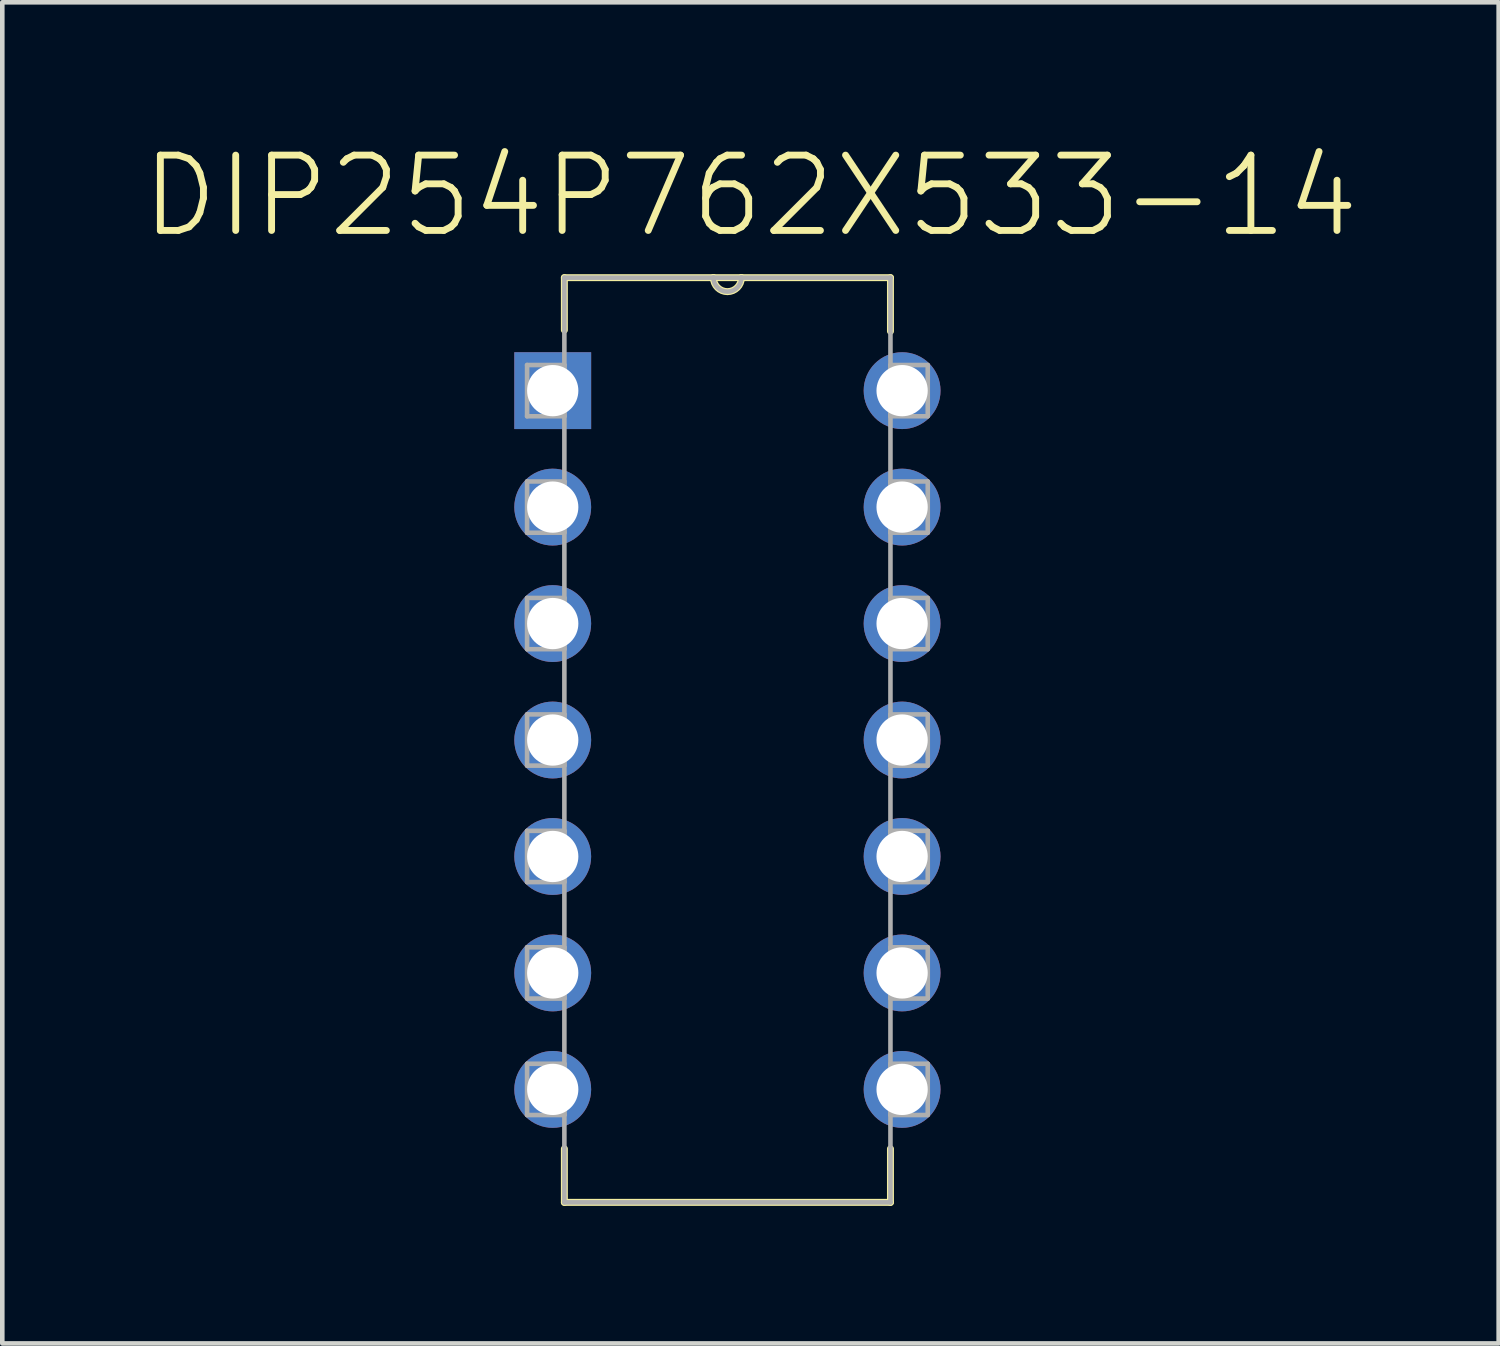
<source format=kicad_pcb>
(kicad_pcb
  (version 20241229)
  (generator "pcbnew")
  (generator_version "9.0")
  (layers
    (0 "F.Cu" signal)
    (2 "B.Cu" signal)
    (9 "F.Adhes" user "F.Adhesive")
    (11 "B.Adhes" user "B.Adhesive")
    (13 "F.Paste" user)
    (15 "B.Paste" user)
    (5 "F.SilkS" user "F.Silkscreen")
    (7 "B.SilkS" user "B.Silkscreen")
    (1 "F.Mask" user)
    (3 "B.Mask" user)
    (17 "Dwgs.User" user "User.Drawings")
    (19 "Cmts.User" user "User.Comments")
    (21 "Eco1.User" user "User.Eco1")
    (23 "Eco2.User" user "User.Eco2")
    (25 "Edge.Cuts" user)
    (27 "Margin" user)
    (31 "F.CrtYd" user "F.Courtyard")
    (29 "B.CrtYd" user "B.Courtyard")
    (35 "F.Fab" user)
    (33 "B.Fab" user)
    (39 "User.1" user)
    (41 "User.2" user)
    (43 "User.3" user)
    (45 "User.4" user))
  (footprint "DIP254P762X533-14"
    (layer "F.Cu")
    (at 16.625 20.71)
    (property "Reference" "DIP254P762X533-14" (at -3.307 -19.486 0) (layer "F.SilkS") (effects (font (size 1.643 1.643) (thickness 0.15))))
    (attr through_hole)
    (fp_line (start -7.366 -17.704) (end -7.366 -16.561) (stroke (width 0.152) (type solid)) (layer "F.SilkS"))
    (fp_line (start -7.366 1.295) (end -7.366 2.464) (stroke (width 0.152) (type solid)) (layer "F.SilkS"))
    (fp_line (start -7.366 2.464) (end -0.254 2.464) (stroke (width 0.152) (type solid)) (layer "F.SilkS"))
    (fp_line (start -4.115 -17.704) (end -7.366 -17.704) (stroke (width 0.152) (type solid)) (layer "F.SilkS"))
    (fp_line (start -3.505 -17.704) (end -4.115 -17.704) (stroke (width 0.152) (type solid)) (layer "F.SilkS"))
    (fp_line (start -0.254 -17.704) (end -3.505 -17.704) (stroke (width 0.152) (type solid)) (layer "F.SilkS"))
    (fp_line (start -0.254 -16.535) (end -0.254 -17.704) (stroke (width 0.152) (type solid)) (layer "F.SilkS"))
    (fp_line (start -0.254 2.464) (end -0.254 1.295) (stroke (width 0.152) (type solid)) (layer "F.SilkS"))
    (fp_arc (start -3.5052 -17.7038) (mid -3.81 -17.399) (end -4.1148 -17.7038) (stroke (width 0.1524) (type solid)) (layer "F.SilkS"))
    (fp_line (start -8.179 -15.799) (end -8.179 -14.681) (stroke (width 0.1) (type solid)) (layer "F.Fab"))
    (fp_line (start -8.179 -14.681) (end -7.366 -14.681) (stroke (width 0.1) (type solid)) (layer "F.Fab"))
    (fp_line (start -8.179 -13.259) (end -8.179 -12.141) (stroke (width 0.1) (type solid)) (layer "F.Fab"))
    (fp_line (start -8.179 -12.141) (end -7.366 -12.141) (stroke (width 0.1) (type solid)) (layer "F.Fab"))
    (fp_line (start -8.179 -10.719) (end -8.179 -9.601) (stroke (width 0.1) (type solid)) (layer "F.Fab"))
    (fp_line (start -8.179 -9.601) (end -7.366 -9.601) (stroke (width 0.1) (type solid)) (layer "F.Fab"))
    (fp_line (start -8.179 -8.179) (end -8.179 -7.061) (stroke (width 0.1) (type solid)) (layer "F.Fab"))
    (fp_line (start -8.179 -7.061) (end -7.366 -7.061) (stroke (width 0.1) (type solid)) (layer "F.Fab"))
    (fp_line (start -8.179 -5.639) (end -8.179 -4.521) (stroke (width 0.1) (type solid)) (layer "F.Fab"))
    (fp_line (start -8.179 -4.521) (end -7.366 -4.521) (stroke (width 0.1) (type solid)) (layer "F.Fab"))
    (fp_line (start -8.179 -3.099) (end -8.179 -1.981) (stroke (width 0.1) (type solid)) (layer "F.Fab"))
    (fp_line (start -8.179 -1.981) (end -7.366 -1.981) (stroke (width 0.1) (type solid)) (layer "F.Fab"))
    (fp_line (start -8.179 -0.559) (end -8.179 0.559) (stroke (width 0.1) (type solid)) (layer "F.Fab"))
    (fp_line (start -8.179 0.559) (end -7.366 0.559) (stroke (width 0.1) (type solid)) (layer "F.Fab"))
    (fp_line (start -7.366 -17.704) (end -7.366 2.464) (stroke (width 0.1) (type solid)) (layer "F.Fab"))
    (fp_line (start -7.366 -15.799) (end -8.179 -15.799) (stroke (width 0.1) (type solid)) (layer "F.Fab"))
    (fp_line (start -7.366 -14.681) (end -7.366 -15.799) (stroke (width 0.1) (type solid)) (layer "F.Fab"))
    (fp_line (start -7.366 -13.259) (end -8.179 -13.259) (stroke (width 0.1) (type solid)) (layer "F.Fab"))
    (fp_line (start -7.366 -12.141) (end -7.366 -13.259) (stroke (width 0.1) (type solid)) (layer "F.Fab"))
    (fp_line (start -7.366 -10.719) (end -8.179 -10.719) (stroke (width 0.1) (type solid)) (layer "F.Fab"))
    (fp_line (start -7.366 -9.601) (end -7.366 -10.719) (stroke (width 0.1) (type solid)) (layer "F.Fab"))
    (fp_line (start -7.366 -8.179) (end -8.179 -8.179) (stroke (width 0.1) (type solid)) (layer "F.Fab"))
    (fp_line (start -7.366 -7.061) (end -7.366 -8.179) (stroke (width 0.1) (type solid)) (layer "F.Fab"))
    (fp_line (start -7.366 -5.639) (end -8.179 -5.639) (stroke (width 0.1) (type solid)) (layer "F.Fab"))
    (fp_line (start -7.366 -4.521) (end -7.366 -5.639) (stroke (width 0.1) (type solid)) (layer "F.Fab"))
    (fp_line (start -7.366 -3.099) (end -8.179 -3.099) (stroke (width 0.1) (type solid)) (layer "F.Fab"))
    (fp_line (start -7.366 -1.981) (end -7.366 -3.099) (stroke (width 0.1) (type solid)) (layer "F.Fab"))
    (fp_line (start -7.366 -0.559) (end -8.179 -0.559) (stroke (width 0.1) (type solid)) (layer "F.Fab"))
    (fp_line (start -7.366 0.559) (end -7.366 -0.559) (stroke (width 0.1) (type solid)) (layer "F.Fab"))
    (fp_line (start -7.366 2.464) (end -0.254 2.464) (stroke (width 0.1) (type solid)) (layer "F.Fab"))
    (fp_line (start -4.115 -17.704) (end -7.366 -17.704) (stroke (width 0.1) (type solid)) (layer "F.Fab"))
    (fp_line (start -3.505 -17.704) (end -4.115 -17.704) (stroke (width 0.1) (type solid)) (layer "F.Fab"))
    (fp_line (start -0.254 -17.704) (end -3.505 -17.704) (stroke (width 0.1) (type solid)) (layer "F.Fab"))
    (fp_line (start -0.254 -15.799) (end -0.254 -14.681) (stroke (width 0.1) (type solid)) (layer "F.Fab"))
    (fp_line (start -0.254 -14.681) (end 0.559 -14.681) (stroke (width 0.1) (type solid)) (layer "F.Fab"))
    (fp_line (start -0.254 -13.259) (end -0.254 -12.141) (stroke (width 0.1) (type solid)) (layer "F.Fab"))
    (fp_line (start -0.254 -12.141) (end 0.559 -12.141) (stroke (width 0.1) (type solid)) (layer "F.Fab"))
    (fp_line (start -0.254 -10.719) (end -0.254 -9.601) (stroke (width 0.1) (type solid)) (layer "F.Fab"))
    (fp_line (start -0.254 -9.601) (end 0.559 -9.601) (stroke (width 0.1) (type solid)) (layer "F.Fab"))
    (fp_line (start -0.254 -8.179) (end -0.254 -7.061) (stroke (width 0.1) (type solid)) (layer "F.Fab"))
    (fp_line (start -0.254 -7.061) (end 0.559 -7.061) (stroke (width 0.1) (type solid)) (layer "F.Fab"))
    (fp_line (start -0.254 -5.639) (end -0.254 -4.521) (stroke (width 0.1) (type solid)) (layer "F.Fab"))
    (fp_line (start -0.254 -4.521) (end 0.559 -4.521) (stroke (width 0.1) (type solid)) (layer "F.Fab"))
    (fp_line (start -0.254 -3.099) (end -0.254 -1.981) (stroke (width 0.1) (type solid)) (layer "F.Fab"))
    (fp_line (start -0.254 -1.981) (end 0.559 -1.981) (stroke (width 0.1) (type solid)) (layer "F.Fab"))
    (fp_line (start -0.254 -0.559) (end -0.254 0.559) (stroke (width 0.1) (type solid)) (layer "F.Fab"))
    (fp_line (start -0.254 0.559) (end 0.559 0.559) (stroke (width 0.1) (type solid)) (layer "F.Fab"))
    (fp_line (start -0.254 2.464) (end -0.254 -17.704) (stroke (width 0.1) (type solid)) (layer "F.Fab"))
    (fp_line (start 0.559 -15.799) (end -0.254 -15.799) (stroke (width 0.1) (type solid)) (layer "F.Fab"))
    (fp_line (start 0.559 -14.681) (end 0.559 -15.799) (stroke (width 0.1) (type solid)) (layer "F.Fab"))
    (fp_line (start 0.559 -13.259) (end -0.254 -13.259) (stroke (width 0.1) (type solid)) (layer "F.Fab"))
    (fp_line (start 0.559 -12.141) (end 0.559 -13.259) (stroke (width 0.1) (type solid)) (layer "F.Fab"))
    (fp_line (start 0.559 -10.719) (end -0.254 -10.719) (stroke (width 0.1) (type solid)) (layer "F.Fab"))
    (fp_line (start 0.559 -9.601) (end 0.559 -10.719) (stroke (width 0.1) (type solid)) (layer "F.Fab"))
    (fp_line (start 0.559 -8.179) (end -0.254 -8.179) (stroke (width 0.1) (type solid)) (layer "F.Fab"))
    (fp_line (start 0.559 -7.061) (end 0.559 -8.179) (stroke (width 0.1) (type solid)) (layer "F.Fab"))
    (fp_line (start 0.559 -5.639) (end -0.254 -5.639) (stroke (width 0.1) (type solid)) (layer "F.Fab"))
    (fp_line (start 0.559 -4.521) (end 0.559 -5.639) (stroke (width 0.1) (type solid)) (layer "F.Fab"))
    (fp_line (start 0.559 -3.099) (end -0.254 -3.099) (stroke (width 0.1) (type solid)) (layer "F.Fab"))
    (fp_line (start 0.559 -1.981) (end 0.559 -3.099) (stroke (width 0.1) (type solid)) (layer "F.Fab"))
    (fp_line (start 0.559 -0.559) (end -0.254 -0.559) (stroke (width 0.1) (type solid)) (layer "F.Fab"))
    (fp_line (start 0.559 0.559) (end 0.559 -0.559) (stroke (width 0.1) (type solid)) (layer "F.Fab"))
    (fp_arc (start -3.5052 -17.7038) (mid -3.81 -17.399) (end -4.1148 -17.7038) (stroke (width 0.1) (type solid)) (layer "F.Fab"))
    (pad "1" thru_hole rect (at -7.62 -15.24) (size 1.676 1.676) (drill 1.118) (layers "*.Cu" "*.Mask"))
    (pad "2" thru_hole circle (at -7.62 -12.7) (size 1.676 1.676) (drill 1.118) (layers "*.Cu" "*.Mask"))
    (pad "3" thru_hole circle (at -7.62 -10.16) (size 1.676 1.676) (drill 1.118) (layers "*.Cu" "*.Mask"))
    (pad "4" thru_hole circle (at -7.62 -7.62) (size 1.676 1.676) (drill 1.118) (layers "*.Cu" "*.Mask"))
    (pad "5" thru_hole circle (at -7.62 -5.08) (size 1.676 1.676) (drill 1.118) (layers "*.Cu" "*.Mask"))
    (pad "6" thru_hole circle (at -7.62 -2.54) (size 1.676 1.676) (drill 1.118) (layers "*.Cu" "*.Mask"))
    (pad "7" thru_hole circle (at -7.62 0) (size 1.676 1.676) (drill 1.118) (layers "*.Cu" "*.Mask"))
    (pad "8" thru_hole circle (at 0 0) (size 1.676 1.676) (drill 1.118) (layers "*.Cu" "*.Mask"))
    (pad "9" thru_hole circle (at 0 -2.54) (size 1.676 1.676) (drill 1.118) (layers "*.Cu" "*.Mask"))
    (pad "10" thru_hole circle (at 0 -5.08) (size 1.676 1.676) (drill 1.118) (layers "*.Cu" "*.Mask"))
    (pad "11" thru_hole circle (at 0 -7.62) (size 1.676 1.676) (drill 1.118) (layers "*.Cu" "*.Mask"))
    (pad "12" thru_hole circle (at 0 -10.16) (size 1.676 1.676) (drill 1.118) (layers "*.Cu" "*.Mask"))
    (pad "13" thru_hole circle (at 0 -12.7) (size 1.676 1.676) (drill 1.118) (layers "*.Cu" "*.Mask"))
    (pad "14" thru_hole circle (at 0 -15.24) (size 1.676 1.676) (drill 1.118) (layers "*.Cu" "*.Mask")))
  (gr_rect
    (start -3 -3)
    (end 29.636 26.25)
    (stroke (width 0.1) (type default))
    (fill no)
    (layer "Edge.Cuts")))
</source>
